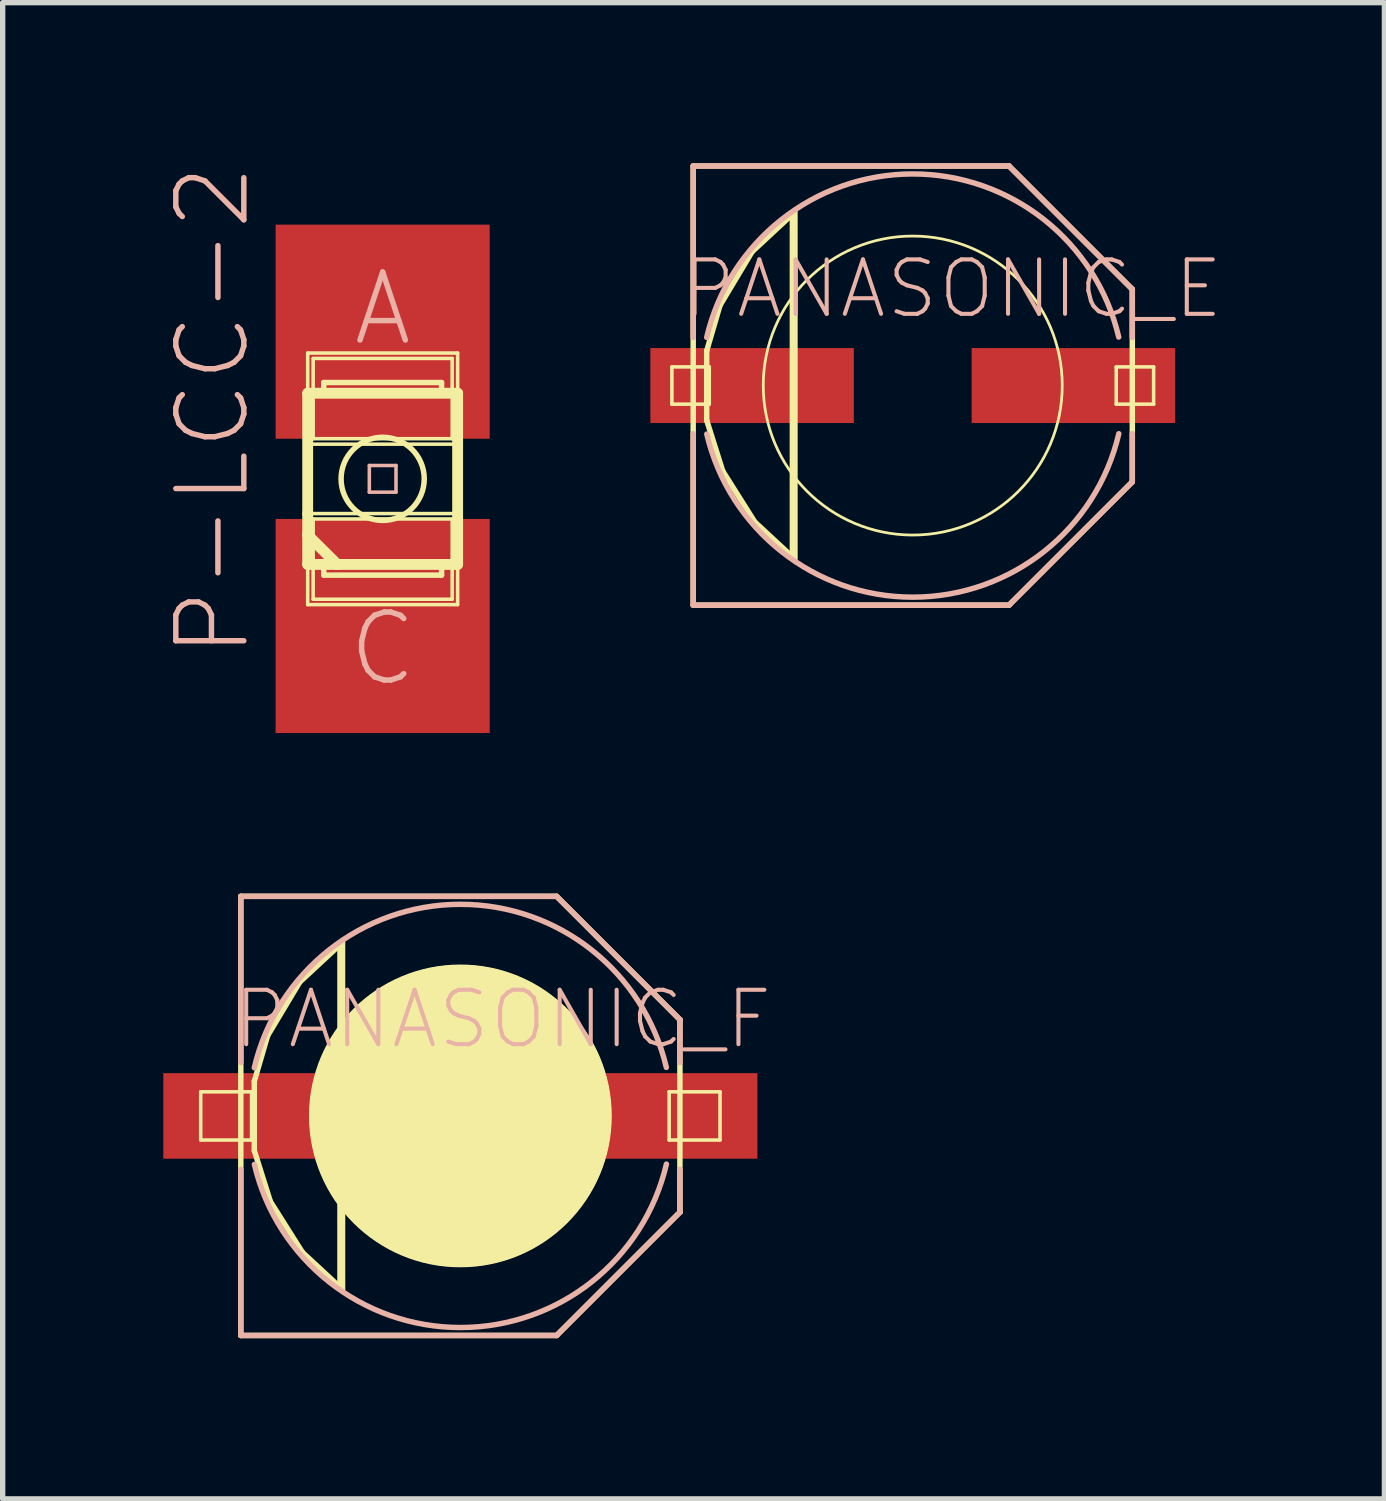
<source format=kicad_pcb>
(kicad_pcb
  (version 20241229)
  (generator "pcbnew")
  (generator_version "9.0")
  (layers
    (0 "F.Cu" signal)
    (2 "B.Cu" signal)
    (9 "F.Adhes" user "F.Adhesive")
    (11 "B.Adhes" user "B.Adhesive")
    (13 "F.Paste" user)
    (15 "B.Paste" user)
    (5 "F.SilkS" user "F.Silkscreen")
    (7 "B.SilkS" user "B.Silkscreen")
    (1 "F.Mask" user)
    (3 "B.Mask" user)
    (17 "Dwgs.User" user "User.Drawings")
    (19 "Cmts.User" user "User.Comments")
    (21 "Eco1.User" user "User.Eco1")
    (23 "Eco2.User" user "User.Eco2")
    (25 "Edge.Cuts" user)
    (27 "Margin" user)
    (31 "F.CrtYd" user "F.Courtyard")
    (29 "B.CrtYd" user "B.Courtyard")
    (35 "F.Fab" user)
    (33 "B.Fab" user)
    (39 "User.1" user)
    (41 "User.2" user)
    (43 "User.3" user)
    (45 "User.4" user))
  (footprint "P-LCC-2"
    (layer "F.Cu")
    (at 4.096 5.892)
    (property "Reference" "P-LCC-2" (at -3.175 -1.27 90) (layer "B.SilkS") (effects (font (size 1.27 1.27) (thickness 0.102))))
    (attr smd)
    (fp_line (start -1.4 -2.349) (end 1.4 -2.349) (stroke (width 0.066) (type solid)) (layer "F.SilkS"))
    (fp_line (start -1.4 -1.598) (end -1.4 0.648) (stroke (width 0.203) (type solid)) (layer "F.SilkS"))
    (fp_line (start -1.4 -0.648) (end -1.4 -2.349) (stroke (width 0.066) (type solid)) (layer "F.SilkS"))
    (fp_line (start -1.4 -0.648) (end 1.4 -0.648) (stroke (width 0.066) (type solid)) (layer "F.SilkS"))
    (fp_line (start -1.4 0.648) (end 1.4 0.648) (stroke (width 0.066) (type solid)) (layer "F.SilkS"))
    (fp_line (start -1.4 1.049) (end -1.4 0.648) (stroke (width 0.203) (type solid)) (layer "F.SilkS"))
    (fp_line (start -1.4 1.049) (end -1.4 1.598) (stroke (width 0.203) (type solid)) (layer "F.SilkS"))
    (fp_line (start -1.4 1.598) (end -1.1 1.598) (stroke (width 0.203) (type solid)) (layer "F.SilkS"))
    (fp_line (start -1.4 2.349) (end -1.4 0.648) (stroke (width 0.066) (type solid)) (layer "F.SilkS"))
    (fp_line (start -1.4 2.349) (end 1.4 2.349) (stroke (width 0.066) (type solid)) (layer "F.SilkS"))
    (fp_line (start -1.298 -2.248) (end 1.298 -2.248) (stroke (width 0.066) (type solid)) (layer "F.SilkS"))
    (fp_line (start -1.298 -0.749) (end -1.298 -2.248) (stroke (width 0.066) (type solid)) (layer "F.SilkS"))
    (fp_line (start -1.298 -0.749) (end 1.298 -0.749) (stroke (width 0.066) (type solid)) (layer "F.SilkS"))
    (fp_line (start -1.298 0.749) (end 1.298 0.749) (stroke (width 0.066) (type solid)) (layer "F.SilkS"))
    (fp_line (start -1.298 2.248) (end -1.298 0.749) (stroke (width 0.066) (type solid)) (layer "F.SilkS"))
    (fp_line (start -1.298 2.248) (end 1.298 2.248) (stroke (width 0.066) (type solid)) (layer "F.SilkS"))
    (fp_line (start -1.1 -1.798) (end 1.1 -1.798) (stroke (width 0.102) (type solid)) (layer "F.SilkS"))
    (fp_line (start -1.1 -1.598) (end -1.1 -1.798) (stroke (width 0.102) (type solid)) (layer "F.SilkS"))
    (fp_line (start -1.1 1.598) (end -1.1 1.798) (stroke (width 0.102) (type solid)) (layer "F.SilkS"))
    (fp_line (start -1.1 1.598) (end -0.848 1.598) (stroke (width 0.203) (type solid)) (layer "F.SilkS"))
    (fp_line (start -1.1 1.798) (end 1.1 1.798) (stroke (width 0.102) (type solid)) (layer "F.SilkS"))
    (fp_line (start -0.848 1.598) (end -1.4 1.049) (stroke (width 0.203) (type solid)) (layer "F.SilkS"))
    (fp_line (start -0.848 1.598) (end 1.1 1.598) (stroke (width 0.203) (type solid)) (layer "F.SilkS"))
    (fp_line (start 1.1 -1.798) (end 1.1 -1.598) (stroke (width 0.102) (type solid)) (layer "F.SilkS"))
    (fp_line (start 1.1 1.598) (end 1.4 1.598) (stroke (width 0.203) (type solid)) (layer "F.SilkS"))
    (fp_line (start 1.1 1.798) (end 1.1 1.598) (stroke (width 0.102) (type solid)) (layer "F.SilkS"))
    (fp_line (start 1.298 -0.749) (end 1.298 -2.248) (stroke (width 0.066) (type solid)) (layer "F.SilkS"))
    (fp_line (start 1.298 2.248) (end 1.298 0.749) (stroke (width 0.066) (type solid)) (layer "F.SilkS"))
    (fp_line (start 1.4 -1.598) (end -1.4 -1.598) (stroke (width 0.203) (type solid)) (layer "F.SilkS"))
    (fp_line (start 1.4 -0.648) (end 1.4 -2.349) (stroke (width 0.066) (type solid)) (layer "F.SilkS"))
    (fp_line (start 1.4 1.598) (end 1.4 -1.598) (stroke (width 0.203) (type solid)) (layer "F.SilkS"))
    (fp_line (start 1.4 2.349) (end 1.4 0.648) (stroke (width 0.066) (type solid)) (layer "F.SilkS"))
    (fp_circle (center 0 0) (end -0.549 0.549) (stroke (width 0.102) (type solid)) (fill no) (layer "F.SilkS"))
    (fp_line (start -0.249 -0.249) (end 0.249 -0.249) (stroke (width 0.066) (type solid)) (layer "B.SilkS"))
    (fp_line (start -0.249 0.249) (end -0.249 -0.249) (stroke (width 0.066) (type solid)) (layer "B.SilkS"))
    (fp_line (start -0.249 0.249) (end 0.249 0.249) (stroke (width 0.066) (type solid)) (layer "B.SilkS"))
    (fp_line (start 0.249 0.249) (end 0.249 -0.249) (stroke (width 0.066) (type solid)) (layer "B.SilkS"))
    (fp_text user "C" (at 0 3.175 0) (layer "B.SilkS") (effects (font (size 1.27 1.27) (thickness 0.102))))
    (fp_text user "A" (at 0 -3.175 0) (layer "B.SilkS") (effects (font (size 1.27 1.27) (thickness 0.102))))
    (pad "A" smd rect (at 0 -2.748) (size 3.998 3.998) (layers "F.Cu" "F.Mask" "F.Paste"))
    (pad "C" smd rect (at 0 2.748) (size 3.998 3.998) (layers "F.Cu" "F.Mask" "F.Paste")))
  (footprint "PANASONIC_E"
    (layer "F.Cu")
    (at 13.995 4.15)
    (property "Reference" "PANASONIC_E" (at 0.739 -1.806 0) (layer "B.SilkS") (effects (font (size 1.016 1.016) (thickness 0.076))))
    (attr smd)
    (fp_line (start -4.498 -0.348) (end -3.8 -0.348) (stroke (width 0.066) (type solid)) (layer "F.SilkS"))
    (fp_line (start -4.498 0.348) (end -4.498 -0.348) (stroke (width 0.066) (type solid)) (layer "F.SilkS"))
    (fp_line (start -4.498 0.348) (end -3.8 0.348) (stroke (width 0.066) (type solid)) (layer "F.SilkS"))
    (fp_line (start -4.1 -4.1) (end 1.798 -4.1) (stroke (width 0.102) (type solid)) (layer "F.SilkS"))
    (fp_line (start -4.1 4.1) (end -4.1 -4.1) (stroke (width 0.102) (type solid)) (layer "F.SilkS"))
    (fp_line (start -3.848 -0.648) (end -3.848 0.648) (stroke (width 0.102) (type solid)) (layer "F.SilkS"))
    (fp_line (start -3.848 0.648) (end -3.548 1.598) (stroke (width 0.102) (type solid)) (layer "F.SilkS"))
    (fp_line (start -3.8 0.348) (end -3.8 -0.348) (stroke (width 0.066) (type solid)) (layer "F.SilkS"))
    (fp_line (start -3.599 -1.499) (end -3.848 -0.648) (stroke (width 0.102) (type solid)) (layer "F.SilkS"))
    (fp_line (start -3.548 1.598) (end -2.949 2.548) (stroke (width 0.102) (type solid)) (layer "F.SilkS"))
    (fp_line (start -3 -2.499) (end -3.599 -1.499) (stroke (width 0.102) (type solid)) (layer "F.SilkS"))
    (fp_line (start -2.949 2.548) (end -2.248 3.198) (stroke (width 0.102) (type solid)) (layer "F.SilkS"))
    (fp_line (start -2.248 -3.198) (end -3 -2.499) (stroke (width 0.102) (type solid)) (layer "F.SilkS"))
    (fp_line (start -2.248 -3.15) (end -2.248 -3.198) (stroke (width 0.102) (type solid)) (layer "F.SilkS"))
    (fp_line (start -2.248 3.198) (end -2.248 -3.15) (stroke (width 0.102) (type solid)) (layer "F.SilkS"))
    (fp_line (start -2.2 -3.249) (end -2.2 3.249) (stroke (width 0.102) (type solid)) (layer "F.SilkS"))
    (fp_line (start 1.798 -4.1) (end 4.1 -1.798) (stroke (width 0.102) (type solid)) (layer "F.SilkS"))
    (fp_line (start 1.798 4.1) (end -4.1 4.1) (stroke (width 0.102) (type solid)) (layer "F.SilkS"))
    (fp_line (start 3.8 -0.348) (end 4.498 -0.348) (stroke (width 0.066) (type solid)) (layer "F.SilkS"))
    (fp_line (start 3.8 0.348) (end 3.8 -0.348) (stroke (width 0.066) (type solid)) (layer "F.SilkS"))
    (fp_line (start 3.8 0.348) (end 4.498 0.348) (stroke (width 0.066) (type solid)) (layer "F.SilkS"))
    (fp_line (start 4.1 -1.798) (end 4.1 1.798) (stroke (width 0.102) (type solid)) (layer "F.SilkS"))
    (fp_line (start 4.1 1.798) (end 1.798 4.1) (stroke (width 0.102) (type solid)) (layer "F.SilkS"))
    (fp_line (start 4.498 0.348) (end 4.498 -0.348) (stroke (width 0.066) (type solid)) (layer "F.SilkS"))
    (fp_circle (center 0 0) (end -1.974 1.974) (stroke (width 0.051) (type solid)) (fill no) (layer "F.SilkS"))
    (fp_line (start -4.1 -4.1) (end 1.798 -4.1) (stroke (width 0.102) (type solid)) (layer "B.SilkS"))
    (fp_line (start -4.1 -0.899) (end -4.1 -4.1) (stroke (width 0.102) (type solid)) (layer "B.SilkS"))
    (fp_line (start -4.1 4.1) (end -4.1 0.899) (stroke (width 0.102) (type solid)) (layer "B.SilkS"))
    (fp_line (start 1.798 -4.1) (end 4.1 -1.798) (stroke (width 0.102) (type solid)) (layer "B.SilkS"))
    (fp_line (start 1.798 4.1) (end -4.1 4.1) (stroke (width 0.102) (type solid)) (layer "B.SilkS"))
    (fp_line (start 4.1 -1.798) (end 4.1 -0.899) (stroke (width 0.102) (type solid)) (layer "B.SilkS"))
    (fp_line (start 4.1 0.899) (end 4.1 1.798) (stroke (width 0.102) (type solid)) (layer "B.SilkS"))
    (fp_line (start 4.1 1.798) (end 1.798 4.1) (stroke (width 0.102) (type solid)) (layer "B.SilkS"))
    (fp_arc (start -3.8481 -0.89916) (mid -0.003314 -3.951753) (end 3.846587 -0.905612) (stroke (width 0.1016) (type solid)) (layer "B.SilkS"))
    (fp_arc (start 3.8481 0.89916) (mid 0.003314 3.951753) (end -3.846587 0.905612) (stroke (width 0.1016) (type solid)) (layer "B.SilkS"))
    (pad "+" smd rect (at 3 0) (size 3.8 1.4) (layers "F.Cu" "F.Mask" "F.Paste"))
    (pad "-" smd rect (at -3 0) (size 3.8 1.4) (layers "F.Cu" "F.Mask" "F.Paste")))
  (footprint "PANASONIC_F"
    (layer "F.Cu")
    (at 5.547 17.789)
    (property "Reference" "PANASONIC_F" (at 0.79 -1.806 0) (layer "B.SilkS") (effects (font (size 1.016 1.016) (thickness 0.076))))
    (attr smd)
    (fp_line (start -4.849 -0.45) (end -3.899 -0.45) (stroke (width 0.066) (type solid)) (layer "F.SilkS"))
    (fp_line (start -4.849 0.45) (end -4.849 -0.45) (stroke (width 0.066) (type solid)) (layer "F.SilkS"))
    (fp_line (start -4.849 0.45) (end -3.899 0.45) (stroke (width 0.066) (type solid)) (layer "F.SilkS"))
    (fp_line (start -4.1 -4.1) (end 1.798 -4.1) (stroke (width 0.102) (type solid)) (layer "F.SilkS"))
    (fp_line (start -4.1 4.1) (end -4.1 -4.1) (stroke (width 0.102) (type solid)) (layer "F.SilkS"))
    (fp_line (start -3.899 0.45) (end -3.899 -0.45) (stroke (width 0.066) (type solid)) (layer "F.SilkS"))
    (fp_line (start -3.848 -0.648) (end -3.848 0.648) (stroke (width 0.102) (type solid)) (layer "F.SilkS"))
    (fp_line (start -3.848 0.648) (end -3.548 1.598) (stroke (width 0.102) (type solid)) (layer "F.SilkS"))
    (fp_line (start -3.599 -1.499) (end -3.848 -0.648) (stroke (width 0.102) (type solid)) (layer "F.SilkS"))
    (fp_line (start -3.548 1.598) (end -2.949 2.548) (stroke (width 0.102) (type solid)) (layer "F.SilkS"))
    (fp_line (start -3 -2.499) (end -3.599 -1.499) (stroke (width 0.102) (type solid)) (layer "F.SilkS"))
    (fp_line (start -2.949 2.548) (end -2.248 3.198) (stroke (width 0.102) (type solid)) (layer "F.SilkS"))
    (fp_line (start -2.248 -3.198) (end -3 -2.499) (stroke (width 0.102) (type solid)) (layer "F.SilkS"))
    (fp_line (start -2.248 -3.15) (end -2.248 -3.198) (stroke (width 0.102) (type solid)) (layer "F.SilkS"))
    (fp_line (start -2.248 3.198) (end -2.248 -3.15) (stroke (width 0.102) (type solid)) (layer "F.SilkS"))
    (fp_line (start -2.2 -3.249) (end -2.2 3.249) (stroke (width 0.102) (type solid)) (layer "F.SilkS"))
    (fp_line (start 1.798 -4.1) (end 4.1 -1.798) (stroke (width 0.102) (type solid)) (layer "F.SilkS"))
    (fp_line (start 1.798 4.1) (end -4.1 4.1) (stroke (width 0.102) (type solid)) (layer "F.SilkS"))
    (fp_line (start 3.899 -0.45) (end 4.849 -0.45) (stroke (width 0.066) (type solid)) (layer "F.SilkS"))
    (fp_line (start 3.899 0.45) (end 3.899 -0.45) (stroke (width 0.066) (type solid)) (layer "F.SilkS"))
    (fp_line (start 3.899 0.45) (end 4.849 0.45) (stroke (width 0.066) (type solid)) (layer "F.SilkS"))
    (fp_line (start 4.1 -1.798) (end 4.1 1.798) (stroke (width 0.102) (type solid)) (layer "F.SilkS"))
    (fp_line (start 4.1 1.798) (end 1.798 4.1) (stroke (width 0.102) (type solid)) (layer "F.SilkS"))
    (fp_line (start 4.849 0.45) (end 4.849 -0.45) (stroke (width 0.066) (type solid)) (layer "F.SilkS"))
    (fp_circle (center 0 0) (end -1.999 1.999) (stroke (width 0) (type solid)) (fill yes) (layer "F.SilkS"))
    (fp_circle (center 0 0) (end -1.974 1.974) (stroke (width 0.051) (type solid)) (fill no) (layer "F.SilkS"))
    (fp_line (start -4.1 -4.1) (end 1.798 -4.1) (stroke (width 0.102) (type solid)) (layer "B.SilkS"))
    (fp_line (start -4.1 -0.998) (end -4.1 -4.1) (stroke (width 0.102) (type solid)) (layer "B.SilkS"))
    (fp_line (start -4.1 4.1) (end -4.1 0.998) (stroke (width 0.102) (type solid)) (layer "B.SilkS"))
    (fp_line (start 1.798 -4.1) (end 4.1 -1.798) (stroke (width 0.102) (type solid)) (layer "B.SilkS"))
    (fp_line (start 1.798 4.1) (end -4.1 4.1) (stroke (width 0.102) (type solid)) (layer "B.SilkS"))
    (fp_line (start 4.1 -1.798) (end 4.1 -0.998) (stroke (width 0.102) (type solid)) (layer "B.SilkS"))
    (fp_line (start 4.1 0.998) (end 4.1 1.798) (stroke (width 0.102) (type solid)) (layer "B.SilkS"))
    (fp_line (start 4.1 1.798) (end 1.798 4.1) (stroke (width 0.102) (type solid)) (layer "B.SilkS"))
    (fp_arc (start -3.8481 -0.89916) (mid -0.003314 -3.951753) (end 3.846587 -0.905612) (stroke (width 0.1016) (type solid)) (layer "B.SilkS"))
    (fp_arc (start 3.8481 0.89916) (mid 0.003314 3.951753) (end -3.846587 0.905612) (stroke (width 0.1016) (type solid)) (layer "B.SilkS"))
    (pad "+" smd rect (at 3.548 0) (size 3.998 1.598) (layers "F.Cu" "F.Mask" "F.Paste"))
    (pad "-" smd rect (at -3.548 0) (size 3.998 1.598) (layers "F.Cu" "F.Mask" "F.Paste")))
  (gr_rect
    (start -3 -3)
    (end 22.803 24.94)
    (stroke (width 0.1) (type default))
    (fill no)
    (layer "Edge.Cuts")))
</source>
